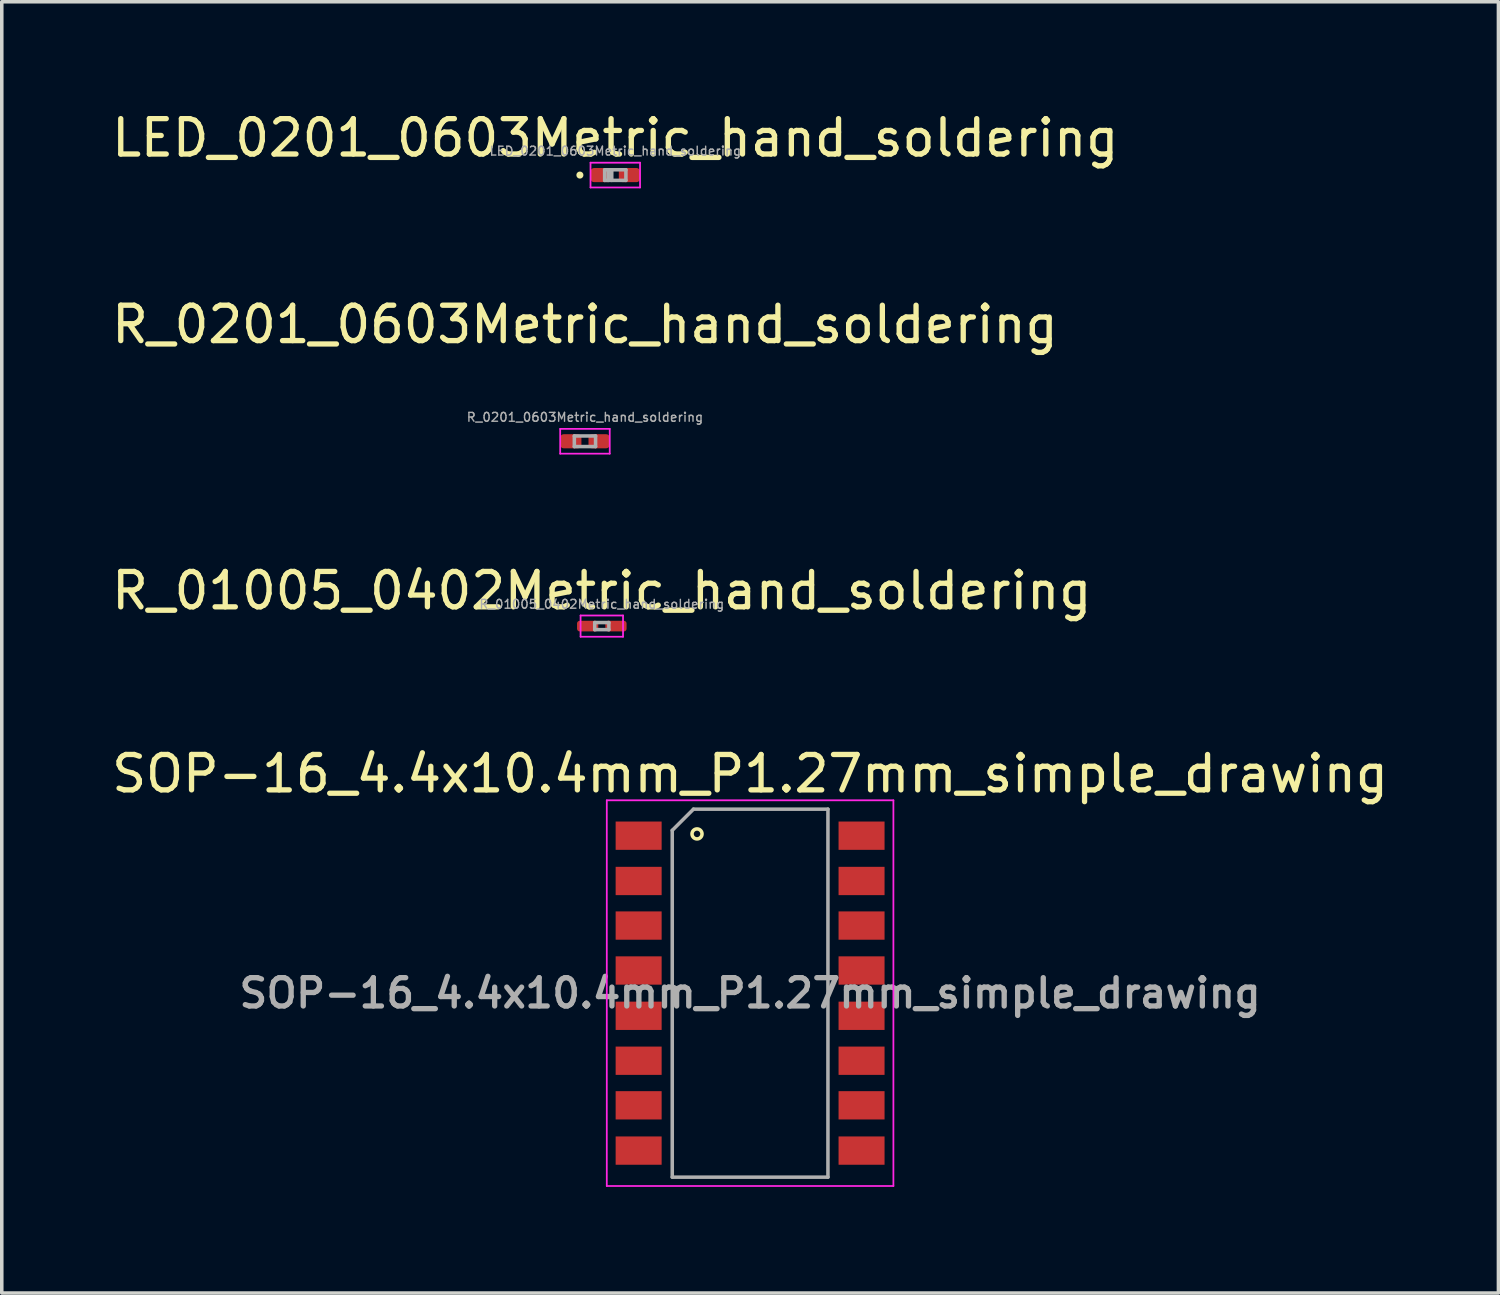
<source format=kicad_pcb>
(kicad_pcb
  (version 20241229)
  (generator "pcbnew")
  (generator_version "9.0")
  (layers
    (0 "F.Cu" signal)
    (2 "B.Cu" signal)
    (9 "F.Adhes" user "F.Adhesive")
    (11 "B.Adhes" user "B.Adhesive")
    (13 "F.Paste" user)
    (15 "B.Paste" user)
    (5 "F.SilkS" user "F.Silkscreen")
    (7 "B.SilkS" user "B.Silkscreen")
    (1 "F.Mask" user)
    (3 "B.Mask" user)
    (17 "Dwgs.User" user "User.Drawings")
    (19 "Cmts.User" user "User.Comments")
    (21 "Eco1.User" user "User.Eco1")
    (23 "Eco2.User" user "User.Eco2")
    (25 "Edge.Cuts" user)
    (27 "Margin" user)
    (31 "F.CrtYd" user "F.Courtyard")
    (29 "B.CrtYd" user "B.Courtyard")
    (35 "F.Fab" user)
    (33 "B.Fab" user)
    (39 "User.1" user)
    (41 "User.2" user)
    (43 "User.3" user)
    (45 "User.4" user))
  (footprint "R_0201_0603Metric_hand_soldering"
    (layer "F.Cu")
    (at 13.482 9.421)
    (property "Reference" "R_0201_0603Metric_hand_soldering" (at 0 -3.3 0) (layer "F.SilkS") (effects (font (size 1 1) (thickness 0.15))))
    (attr smd)
    (fp_line (start -0.7 -0.35) (end 0.7 -0.35) (stroke (width 0.05) (type solid)) (layer "F.CrtYd"))
    (fp_line (start -0.7 0.35) (end -0.7 -0.35) (stroke (width 0.05) (type solid)) (layer "F.CrtYd"))
    (fp_line (start 0.7 -0.35) (end 0.7 0.35) (stroke (width 0.05) (type solid)) (layer "F.CrtYd"))
    (fp_line (start 0.7 0.35) (end -0.7 0.35) (stroke (width 0.05) (type solid)) (layer "F.CrtYd"))
    (fp_line (start -0.3 -0.15) (end 0.3 -0.15) (stroke (width 0.1) (type solid)) (layer "F.Fab"))
    (fp_line (start -0.3 0.15) (end -0.3 -0.15) (stroke (width 0.1) (type solid)) (layer "F.Fab"))
    (fp_line (start 0.3 -0.15) (end 0.3 0.15) (stroke (width 0.1) (type solid)) (layer "F.Fab"))
    (fp_line (start 0.3 0.15) (end -0.3 0.15) (stroke (width 0.1) (type solid)) (layer "F.Fab"))
    (fp_text user "${REFERENCE}" (at 0 -0.68 0) (layer "F.Fab") (effects (font (size 0.25 0.25) (thickness 0.04))))
    (pad "1" smd roundrect (at -0.4 0) (size 0.6 0.4) (layers "F.Cu" "F.Mask") (roundrect_rratio 0.25))
    (pad "2" smd roundrect (at 0.4 0) (size 0.6 0.4) (layers "F.Cu" "F.Mask") (roundrect_rratio 0.25)))
  (footprint "LED_0201_0603Metric_hand_soldering"
    (layer "F.Cu")
    (at 14.339 1.898)
    (property "Reference" "LED_0201_0603Metric_hand_soldering" (at 0 -1.05 0) (layer "F.SilkS") (effects (font (size 1 1) (thickness 0.15))))
    (attr smd)
    (fp_circle (center -1 0) (end -0.95 0) (stroke (width 0.1) (type solid)) (fill no) (layer "F.SilkS"))
    (fp_line (start -0.7 -0.35) (end 0.7 -0.35) (stroke (width 0.05) (type solid)) (layer "F.CrtYd"))
    (fp_line (start -0.7 0.35) (end -0.7 -0.35) (stroke (width 0.05) (type solid)) (layer "F.CrtYd"))
    (fp_line (start 0.7 -0.35) (end 0.7 0.35) (stroke (width 0.05) (type solid)) (layer "F.CrtYd"))
    (fp_line (start 0.7 0.35) (end -0.7 0.35) (stroke (width 0.05) (type solid)) (layer "F.CrtYd"))
    (fp_line (start -0.3 -0.15) (end 0.3 -0.15) (stroke (width 0.1) (type solid)) (layer "F.Fab"))
    (fp_line (start -0.3 0.15) (end -0.3 -0.15) (stroke (width 0.1) (type solid)) (layer "F.Fab"))
    (fp_line (start -0.2 0.15) (end -0.2 -0.15) (stroke (width 0.1) (type solid)) (layer "F.Fab"))
    (fp_line (start -0.1 0.15) (end -0.1 -0.15) (stroke (width 0.1) (type solid)) (layer "F.Fab"))
    (fp_line (start 0.3 -0.15) (end 0.3 0.15) (stroke (width 0.1) (type solid)) (layer "F.Fab"))
    (fp_line (start 0.3 0.15) (end -0.3 0.15) (stroke (width 0.1) (type solid)) (layer "F.Fab"))
    (fp_text user "${REFERENCE}" (at 0 -0.68 0) (layer "F.Fab") (effects (font (size 0.25 0.25) (thickness 0.04))))
    (pad "" smd roundrect (at -0.345 0) (size 0.318 0.36) (layers "F.Paste") (roundrect_rratio 0.25))
    (pad "" smd roundrect (at 0.345 0) (size 0.318 0.36) (layers "F.Paste") (roundrect_rratio 0.25))
    (pad "1" smd roundrect (at -0.4 0) (size 0.6 0.4) (layers "F.Cu" "F.Mask") (roundrect_rratio 0.25))
    (pad "2" smd roundrect (at 0.4 0) (size 0.6 0.4) (layers "F.Cu" "F.Mask") (roundrect_rratio 0.25)))
  (footprint "SOP-16_4.4x10.4mm_P1.27mm_simple_drawing"
    (layer "F.Cu")
    (at 18.149 25.018)
    (property "Reference" "SOP-16_4.4x10.4mm_P1.27mm_simple_drawing" (at 0 -6.2 0) (layer "F.SilkS") (effects (font (size 1 1) (thickness 0.15))))
    (attr smd)
    (fp_circle (center -1.5 -4.5) (end -1.4 -4.4) (stroke (width 0.1) (type solid)) (fill no) (layer "F.SilkS"))
    (fp_line (start -4.05 -5.45) (end -4.05 5.45) (stroke (width 0.05) (type solid)) (layer "F.CrtYd"))
    (fp_line (start -4.05 -5.45) (end 4.05 -5.45) (stroke (width 0.05) (type solid)) (layer "F.CrtYd"))
    (fp_line (start 4.05 5.45) (end -4.05 5.45) (stroke (width 0.05) (type solid)) (layer "F.CrtYd"))
    (fp_line (start 4.05 5.45) (end 4.05 -5.45) (stroke (width 0.05) (type solid)) (layer "F.CrtYd"))
    (fp_line (start -2.2 -4.6) (end -1.6 -5.2) (stroke (width 0.1) (type solid)) (layer "F.Fab"))
    (fp_line (start -2.2 5.2) (end -2.2 -4.6) (stroke (width 0.1) (type solid)) (layer "F.Fab"))
    (fp_line (start -1.6 -5.2) (end 2.2 -5.2) (stroke (width 0.1) (type solid)) (layer "F.Fab"))
    (fp_line (start 2.2 -5.2) (end 2.2 5.2) (stroke (width 0.1) (type solid)) (layer "F.Fab"))
    (fp_line (start 2.2 5.2) (end -2.2 5.2) (stroke (width 0.1) (type solid)) (layer "F.Fab"))
    (fp_text user "${REFERENCE}" (at 0 0 0) (layer "F.Fab") (effects (font (size 0.8 0.8) (thickness 0.15))))
    (pad "1" smd rect (at -3.15 -4.45) (size 1.3 0.8) (layers "F.Cu" "F.Mask" "F.Paste"))
    (pad "2" smd rect (at -3.15 -3.17) (size 1.3 0.8) (layers "F.Cu" "F.Mask" "F.Paste"))
    (pad "3" smd rect (at -3.15 -1.91) (size 1.3 0.8) (layers "F.Cu" "F.Mask" "F.Paste"))
    (pad "4" smd rect (at -3.15 -0.64) (size 1.3 0.8) (layers "F.Cu" "F.Mask" "F.Paste"))
    (pad "5" smd rect (at -3.15 0.64) (size 1.3 0.8) (layers "F.Cu" "F.Mask" "F.Paste"))
    (pad "6" smd rect (at -3.15 1.91) (size 1.3 0.8) (layers "F.Cu" "F.Mask" "F.Paste"))
    (pad "7" smd rect (at -3.15 3.17) (size 1.3 0.8) (layers "F.Cu" "F.Mask" "F.Paste"))
    (pad "8" smd rect (at -3.15 4.45) (size 1.3 0.8) (layers "F.Cu" "F.Mask" "F.Paste"))
    (pad "9" smd rect (at 3.15 4.45) (size 1.3 0.8) (layers "F.Cu" "F.Mask" "F.Paste"))
    (pad "10" smd rect (at 3.15 3.17) (size 1.3 0.8) (layers "F.Cu" "F.Mask" "F.Paste"))
    (pad "11" smd rect (at 3.15 1.91) (size 1.3 0.8) (layers "F.Cu" "F.Mask" "F.Paste"))
    (pad "12" smd rect (at 3.15 0.64) (size 1.3 0.8) (layers "F.Cu" "F.Mask" "F.Paste"))
    (pad "13" smd rect (at 3.15 -0.64) (size 1.3 0.8) (layers "F.Cu" "F.Mask" "F.Paste"))
    (pad "14" smd rect (at 3.15 -1.91) (size 1.3 0.8) (layers "F.Cu" "F.Mask" "F.Paste"))
    (pad "15" smd rect (at 3.15 -3.17) (size 1.3 0.8) (layers "F.Cu" "F.Mask" "F.Paste"))
    (pad "16" smd rect (at 3.15 -4.45) (size 1.3 0.8) (layers "F.Cu" "F.Mask" "F.Paste")))
  (footprint "R_01005_0402Metric_hand_soldering"
    (layer "F.Cu")
    (at 13.958 14.645)
    (property "Reference" "R_01005_0402Metric_hand_soldering" (at 0 -1 0) (layer "F.SilkS") (effects (font (size 1 1) (thickness 0.15))))
    (attr smd)
    (fp_line (start -0.6 -0.3) (end 0.6 -0.3) (stroke (width 0.05) (type solid)) (layer "F.CrtYd"))
    (fp_line (start -0.6 0.3) (end -0.6 -0.3) (stroke (width 0.05) (type solid)) (layer "F.CrtYd"))
    (fp_line (start 0.6 -0.3) (end 0.6 0.3) (stroke (width 0.05) (type solid)) (layer "F.CrtYd"))
    (fp_line (start 0.6 0.3) (end -0.6 0.3) (stroke (width 0.05) (type solid)) (layer "F.CrtYd"))
    (fp_line (start -0.2 -0.1) (end 0.2 -0.1) (stroke (width 0.1) (type solid)) (layer "F.Fab"))
    (fp_line (start -0.2 0.1) (end -0.2 -0.1) (stroke (width 0.1) (type solid)) (layer "F.Fab"))
    (fp_line (start 0.2 -0.1) (end 0.2 0.1) (stroke (width 0.1) (type solid)) (layer "F.Fab"))
    (fp_line (start 0.2 0.1) (end -0.2 0.1) (stroke (width 0.1) (type solid)) (layer "F.Fab"))
    (fp_text user "${REFERENCE}" (at 0 -0.62 0) (layer "F.Fab") (effects (font (size 0.25 0.25) (thickness 0.04))))
    (pad "" smd roundrect (at -0.275 0) (size 0.27 0.27) (layers "F.Paste") (roundrect_rratio 0.25))
    (pad "" smd roundrect (at 0.275 0) (size 0.27 0.27) (layers "F.Paste") (roundrect_rratio 0.25))
    (pad "1" smd roundrect (at -0.4 0) (size 0.6 0.3) (layers "F.Cu" "F.Mask") (roundrect_rratio 0.25))
    (pad "2" smd roundrect (at 0.4 0) (size 0.6 0.3) (layers "F.Cu" "F.Mask") (roundrect_rratio 0.25)))
  (gr_rect
    (start -3 -3)
    (end 39.298 33.493)
    (stroke (width 0.1) (type default))
    (fill no)
    (layer "Edge.Cuts")))
</source>
